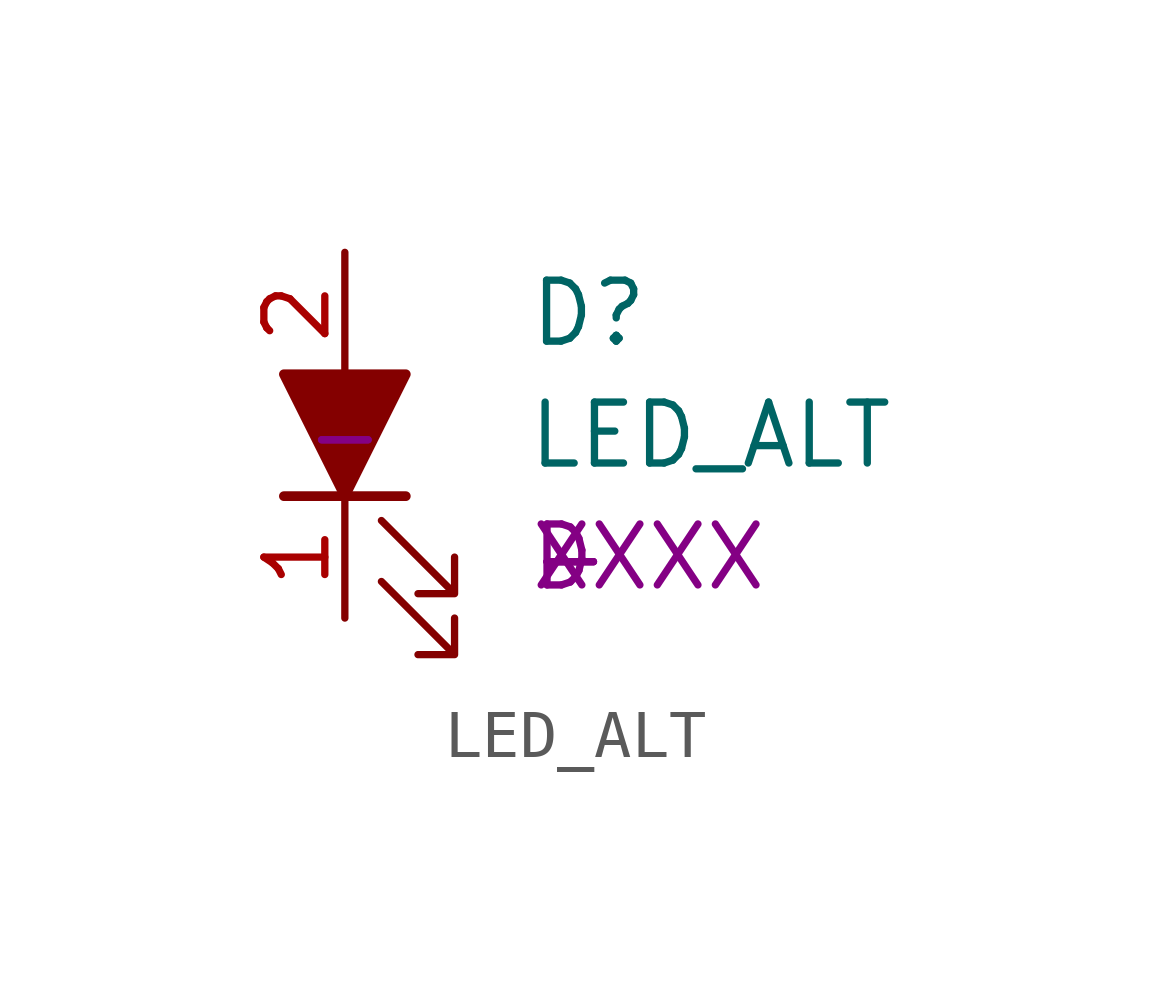
<source format=kicad_sym>
(kicad_symbol_lib
  (version 20211014)
  (generator kicad_symbol_editor)
  (symbol "LED_ALT"
    (pin_names
      (offset 1.016) hide)
    (property "Reference" "D"
      (at 5.08 2.54 0)
      (effects (font (size 1.27 1.27))))
    (property "Value" "LED_ALT"
      (at 7.62 0 0)
      (effects (font (size 1.27 1.27))))
    (property "Package Size" "XXXX"
      (at 3.81 -2.54 0)
      (effects (font (size 1.27 1.27)) (justify left)))
    (property "MPN" "-"
      (at 3.81 -2.54 0)
      (effects (font (size 1.27 1.27)) (justify left)))
    (property "Digi-Key_PN" "-"
      (at 3.81 -2.54 0)
      (effects (font (size 1.27 1.27)) (justify left)))
    (property "Prefix" "D"
      (at 3.81 -2.54 0)
      (effects (font (size 1.27 1.27)) (justify left)))
    (property "Manufacturer" "-"
      (at 3.81 -2.54 0)
      (effects (font (size 1.27 1.27)) (justify left)))
    (property "Website" "-"
      (at 0 0 0)
      (effects (font (size 1.27 1.27))))
    (property "Description" "-"
      (at 0 0 0)
      (effects (font (size 1.27 1.27))))
    (symbol "LED_ALT_0_1"
      (polyline (pts (xy 0 -1.27) (xy 0 1.27)) (stroke (width 0) (type default) (color 0 0 0 0)) (fill (type none)))
      (polyline (pts (xy 1.27 -1.27) (xy -1.27 -1.27)) (stroke (width 0.203) (type default) (color 0 0 0 0)) (fill (type none)))
      (polyline (pts (xy 1.27 1.27) (xy -1.27 1.27) (xy 0 -1.27) (xy 1.27 1.27)) (stroke (width 0.203) (type default) (color 0 0 0 0)) (fill (type outline)))
      (polyline (pts (xy 0.762 -3.048) (xy 2.286 -4.572) (xy 2.286 -3.81) (xy 2.286 -4.572) (xy 1.524 -4.572)) (stroke (width 0) (type default) (color 0 0 0 0)) (fill (type none)))
      (polyline (pts (xy 0.762 -1.778) (xy 2.286 -3.302) (xy 2.286 -2.54) (xy 2.286 -3.302) (xy 1.524 -3.302)) (stroke (width 0) (type default) (color 0 0 0 0)) (fill (type none))))
    (symbol "LED_ALT_1_1"
      (pin passive line (at 0 -3.81 90) (length 2.54) (name "K" (effects (font (size 1.27 1.27)))) (number "1" (effects (font (size 1.27 1.27)))))
      (pin passive line (at 0 3.81 270) (length 2.54) (name "A" (effects (font (size 1.27 1.27)))) (number "2" (effects (font (size 1.27 1.27))))))))
</source>
